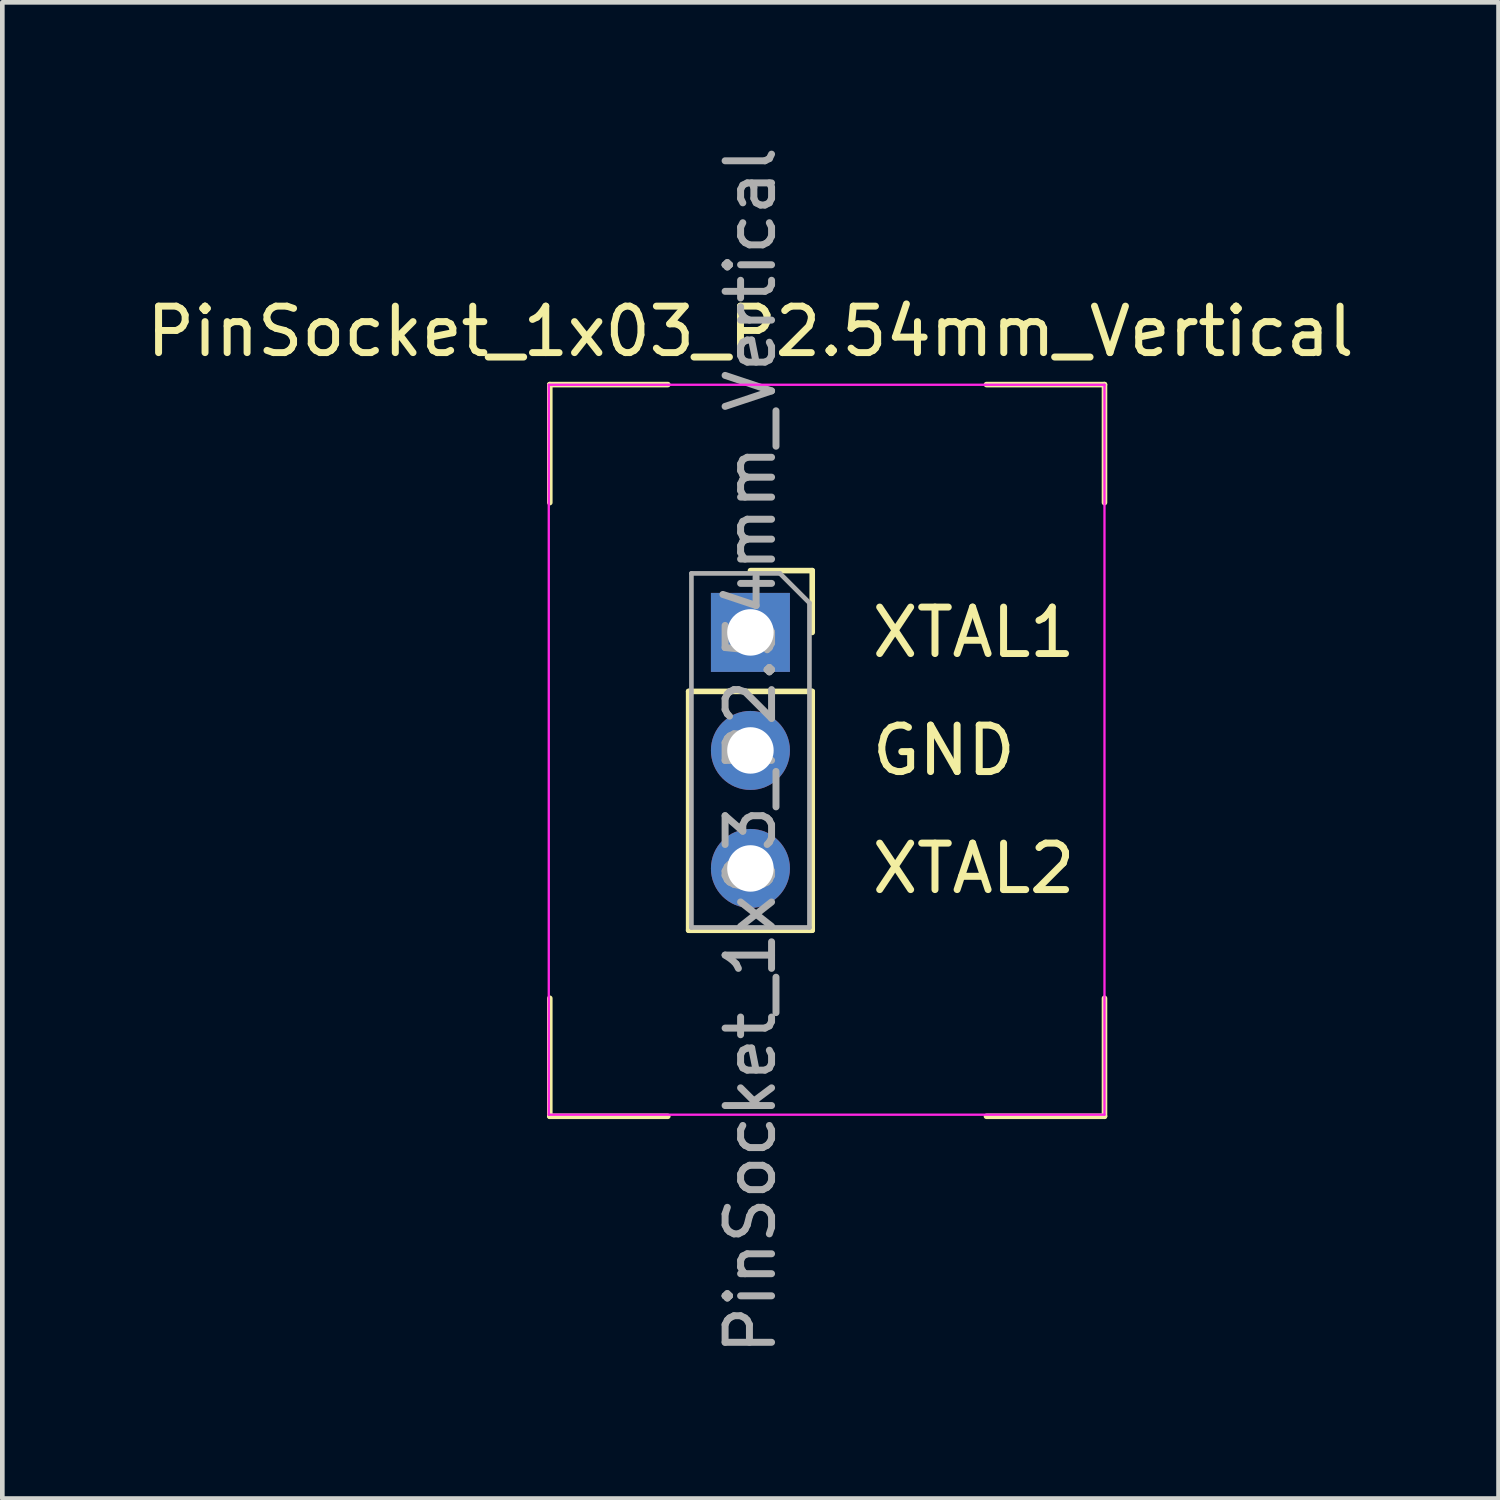
<source format=kicad_pcb>
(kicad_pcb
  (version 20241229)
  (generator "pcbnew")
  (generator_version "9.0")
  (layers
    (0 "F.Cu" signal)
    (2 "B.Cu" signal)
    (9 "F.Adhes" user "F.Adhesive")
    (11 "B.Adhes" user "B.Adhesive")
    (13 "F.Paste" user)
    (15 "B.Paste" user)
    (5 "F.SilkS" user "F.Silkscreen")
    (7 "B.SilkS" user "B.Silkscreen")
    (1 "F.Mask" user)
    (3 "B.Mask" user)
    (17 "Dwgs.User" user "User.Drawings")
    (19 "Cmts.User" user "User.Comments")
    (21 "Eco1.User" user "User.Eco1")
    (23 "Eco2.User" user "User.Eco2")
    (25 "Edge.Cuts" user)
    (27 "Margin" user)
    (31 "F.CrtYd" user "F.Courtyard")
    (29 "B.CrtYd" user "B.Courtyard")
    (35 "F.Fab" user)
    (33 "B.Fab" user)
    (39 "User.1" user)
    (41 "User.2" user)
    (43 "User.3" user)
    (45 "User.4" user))
  (footprint "PinSocket_1x03_P2.54mm_Vertical"
    (layer "F.Cu")
    (at 13.101 10.561)
    (property "Reference" "PinSocket_1x03_P2.54mm_Vertical" (at 0 -6.477 0) (layer "F.SilkS") (effects (font (size 1 1) (thickness 0.15))))
    (attr through_hole)
    (fp_line (start -4.318 -5.334) (end -1.778 -5.334) (stroke (width 0.12) (type solid)) (layer "F.SilkS"))
    (fp_line (start -4.318 -2.794) (end -4.318 -5.334) (stroke (width 0.12) (type solid)) (layer "F.SilkS"))
    (fp_line (start -4.318 10.414) (end -4.318 7.874) (stroke (width 0.12) (type solid)) (layer "F.SilkS"))
    (fp_line (start -4.318 10.414) (end -1.778 10.414) (stroke (width 0.12) (type solid)) (layer "F.SilkS"))
    (fp_line (start -1.33 1.27) (end -1.33 6.41) (stroke (width 0.12) (type solid)) (layer "F.SilkS"))
    (fp_line (start -1.33 1.27) (end 1.33 1.27) (stroke (width 0.12) (type solid)) (layer "F.SilkS"))
    (fp_line (start -1.33 6.41) (end 1.33 6.41) (stroke (width 0.12) (type solid)) (layer "F.SilkS"))
    (fp_line (start 0 -1.33) (end 1.33 -1.33) (stroke (width 0.12) (type solid)) (layer "F.SilkS"))
    (fp_line (start 1.33 -1.33) (end 1.33 0) (stroke (width 0.12) (type solid)) (layer "F.SilkS"))
    (fp_line (start 1.33 1.27) (end 1.33 6.41) (stroke (width 0.12) (type solid)) (layer "F.SilkS"))
    (fp_line (start 5.08 -5.334) (end 7.62 -5.334) (stroke (width 0.12) (type solid)) (layer "F.SilkS"))
    (fp_line (start 5.08 10.414) (end 7.62 10.414) (stroke (width 0.12) (type solid)) (layer "F.SilkS"))
    (fp_line (start 7.62 -2.794) (end 7.62 -5.334) (stroke (width 0.12) (type solid)) (layer "F.SilkS"))
    (fp_line (start 7.62 10.414) (end 7.62 7.874) (stroke (width 0.12) (type solid)) (layer "F.SilkS"))
    (fp_line (start -4.34 -5.33) (end 7.62 -5.33) (stroke (width 0.05) (type solid)) (layer "F.CrtYd"))
    (fp_line (start -4.34 10.38) (end -4.34 -5.33) (stroke (width 0.05) (type solid)) (layer "F.CrtYd"))
    (fp_line (start 7.62 -5.33) (end 7.62 10.38) (stroke (width 0.05) (type solid)) (layer "F.CrtYd"))
    (fp_line (start 7.62 10.38) (end -4.34 10.38) (stroke (width 0.05) (type solid)) (layer "F.CrtYd"))
    (fp_line (start -1.27 -1.27) (end 0.635 -1.27) (stroke (width 0.1) (type solid)) (layer "F.Fab"))
    (fp_line (start -1.27 6.35) (end -1.27 -1.27) (stroke (width 0.1) (type solid)) (layer "F.Fab"))
    (fp_line (start 0.635 -1.27) (end 1.27 -0.635) (stroke (width 0.1) (type solid)) (layer "F.Fab"))
    (fp_line (start 1.27 -0.635) (end 1.27 6.35) (stroke (width 0.1) (type solid)) (layer "F.Fab"))
    (fp_line (start 1.27 6.35) (end -1.27 6.35) (stroke (width 0.1) (type solid)) (layer "F.Fab"))
    (fp_text user "GND" (at 2.54 2.54 0) (layer "F.SilkS") (effects (font (size 1 1) (thickness 0.15)) (justify left)))
    (fp_text user "XTAL1" (at 2.54 0 0) (layer "F.SilkS") (effects (font (size 1 1) (thickness 0.15)) (justify left)))
    (fp_text user "XTAL2" (at 2.54 5.08 0) (layer "F.SilkS") (effects (font (size 1 1) (thickness 0.15)) (justify left)))
    (fp_text user "${REFERENCE}" (at 0 2.54 90) (layer "F.Fab") (effects (font (size 1 1) (thickness 0.15))))
    (pad "1" thru_hole rect (at 0 0) (size 1.7 1.7) (drill 1) (layers "*.Cu" "*.Mask"))
    (pad "2" thru_hole oval (at 0 2.54) (size 1.7 1.7) (drill 1) (layers "*.Cu" "*.Mask"))
    (pad "3" thru_hole oval (at 0 5.08) (size 1.7 1.7) (drill 1) (layers "*.Cu" "*.Mask")))
  (gr_rect
    (start -3 -3)
    (end 29.202 29.202)
    (stroke (width 0.1) (type default))
    (fill no)
    (layer "Edge.Cuts")))
</source>
